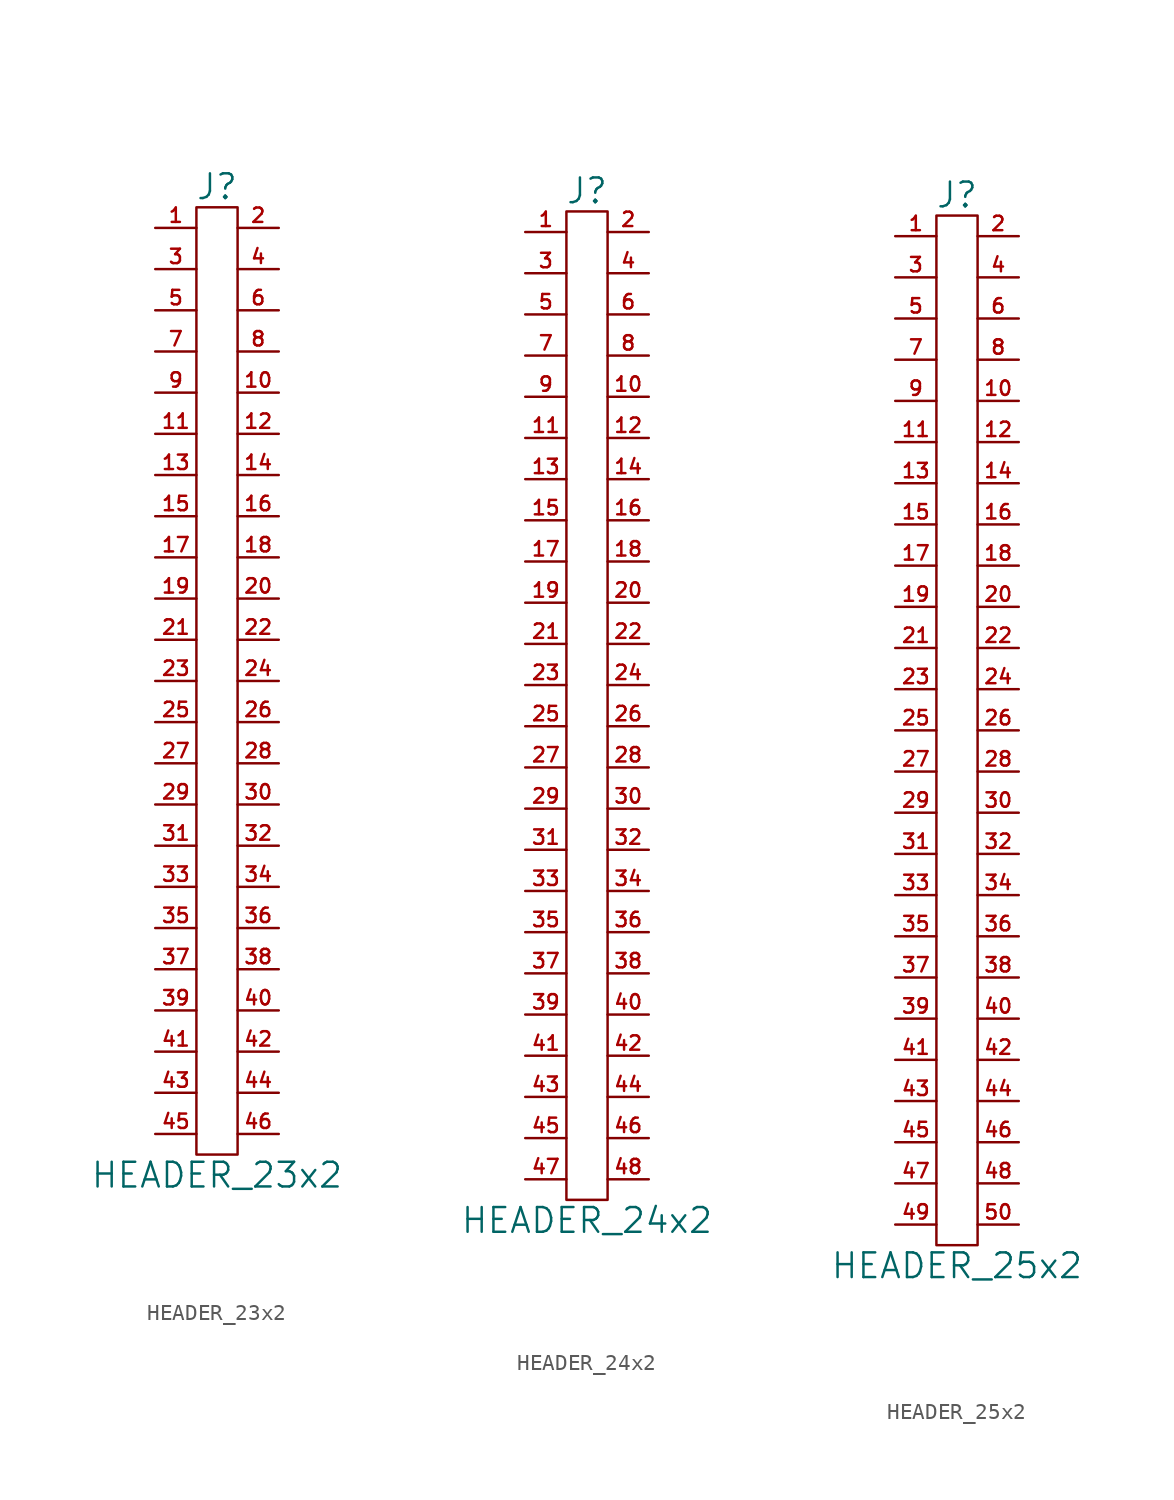
<source format=kicad_sym>
(kicad_symbol_lib
  (version 20201005)
  (generator kicad_symbol_editor)
  (symbol "HEADER_23x2"
    (pin_names
      (offset 0))
    (property "Reference" "J"
      (at 0 30.48 0)
      (effects (font (size 1.524 1.524))))
    (property "Value" "HEADER_23x2"
      (at 0 -30.48 0)
      (effects (font (size 1.524 1.524))))
    (property "Footprint" ""
      (at 0 -2.54 0)
      (effects (font (size 1.524 1.524))))
    (property "Datasheet" ""
      (at 0 -2.54 0)
      (effects (font (size 1.524 1.524))))
    (symbol "HEADER_23x2_0_1"
      (rectangle (start 1.27 -29.21) (end -1.27 29.21) (stroke (width 0)) (fill (type none))))
    (symbol "HEADER_23x2_1_1"
      (pin passive line (at -3.81 27.94 0) (length 2.54) (name "~" (effects (font (size 0.889 0.889)))) (number "1" (effects (font (size 0.889 0.889)))))
      (pin passive line (at 3.81 17.78 180) (length 2.54) (name "~" (effects (font (size 1.27 1.27)))) (number "10" (effects (font (size 0.889 0.889)))))
      (pin passive line (at -3.81 15.24 0) (length 2.54) (name "~" (effects (font (size 1.27 1.27)))) (number "11" (effects (font (size 0.889 0.889)))))
      (pin passive line (at 3.81 15.24 180) (length 2.54) (name "~" (effects (font (size 1.27 1.27)))) (number "12" (effects (font (size 0.889 0.889)))))
      (pin passive line (at -3.81 12.7 0) (length 2.54) (name "~" (effects (font (size 1.27 1.27)))) (number "13" (effects (font (size 0.889 0.889)))))
      (pin passive line (at 3.81 12.7 180) (length 2.54) (name "~" (effects (font (size 1.27 1.27)))) (number "14" (effects (font (size 0.889 0.889)))))
      (pin passive line (at -3.81 10.16 0) (length 2.54) (name "~" (effects (font (size 1.27 1.27)))) (number "15" (effects (font (size 0.889 0.889)))))
      (pin passive line (at 3.81 10.16 180) (length 2.54) (name "~" (effects (font (size 1.27 1.27)))) (number "16" (effects (font (size 0.889 0.889)))))
      (pin passive line (at -3.81 7.62 0) (length 2.54) (name "~" (effects (font (size 1.27 1.27)))) (number "17" (effects (font (size 0.889 0.889)))))
      (pin passive line (at 3.81 7.62 180) (length 2.54) (name "~" (effects (font (size 1.27 1.27)))) (number "18" (effects (font (size 0.889 0.889)))))
      (pin passive line (at -3.81 5.08 0) (length 2.54) (name "~" (effects (font (size 1.27 1.27)))) (number "19" (effects (font (size 0.889 0.889)))))
      (pin passive line (at 3.81 27.94 180) (length 2.54) (name "~" (effects (font (size 1.27 1.27)))) (number "2" (effects (font (size 0.889 0.889)))))
      (pin passive line (at 3.81 5.08 180) (length 2.54) (name "~" (effects (font (size 1.27 1.27)))) (number "20" (effects (font (size 0.889 0.889)))))
      (pin passive line (at -3.81 2.54 0) (length 2.54) (name "~" (effects (font (size 1.27 1.27)))) (number "21" (effects (font (size 0.889 0.889)))))
      (pin passive line (at 3.81 2.54 180) (length 2.54) (name "~" (effects (font (size 1.27 1.27)))) (number "22" (effects (font (size 0.889 0.889)))))
      (pin passive line (at -3.81 0 0) (length 2.54) (name "~" (effects (font (size 1.27 1.27)))) (number "23" (effects (font (size 0.889 0.889)))))
      (pin passive line (at 3.81 0 180) (length 2.54) (name "~" (effects (font (size 1.27 1.27)))) (number "24" (effects (font (size 0.889 0.889)))))
      (pin passive line (at -3.81 -2.54 0) (length 2.54) (name "~" (effects (font (size 1.27 1.27)))) (number "25" (effects (font (size 0.889 0.889)))))
      (pin passive line (at 3.81 -2.54 180) (length 2.54) (name "~" (effects (font (size 1.27 1.27)))) (number "26" (effects (font (size 0.889 0.889)))))
      (pin passive line (at -3.81 -5.08 0) (length 2.54) (name "~" (effects (font (size 1.27 1.27)))) (number "27" (effects (font (size 0.889 0.889)))))
      (pin passive line (at 3.81 -5.08 180) (length 2.54) (name "~" (effects (font (size 1.27 1.27)))) (number "28" (effects (font (size 0.889 0.889)))))
      (pin passive line (at -3.81 -7.62 0) (length 2.54) (name "~" (effects (font (size 1.27 1.27)))) (number "29" (effects (font (size 0.889 0.889)))))
      (pin passive line (at -3.81 25.4 0) (length 2.54) (name "~" (effects (font (size 1.27 1.27)))) (number "3" (effects (font (size 0.889 0.889)))))
      (pin passive line (at 3.81 -7.62 180) (length 2.54) (name "~" (effects (font (size 1.27 1.27)))) (number "30" (effects (font (size 0.889 0.889)))))
      (pin passive line (at -3.81 -10.16 0) (length 2.54) (name "~" (effects (font (size 1.27 1.27)))) (number "31" (effects (font (size 0.889 0.889)))))
      (pin passive line (at 3.81 -10.16 180) (length 2.54) (name "~" (effects (font (size 1.27 1.27)))) (number "32" (effects (font (size 0.889 0.889)))))
      (pin passive line (at -3.81 -12.7 0) (length 2.54) (name "~" (effects (font (size 1.27 1.27)))) (number "33" (effects (font (size 0.889 0.889)))))
      (pin passive line (at 3.81 -12.7 180) (length 2.54) (name "~" (effects (font (size 1.27 1.27)))) (number "34" (effects (font (size 0.889 0.889)))))
      (pin passive line (at -3.81 -15.24 0) (length 2.54) (name "~" (effects (font (size 1.27 1.27)))) (number "35" (effects (font (size 0.889 0.889)))))
      (pin passive line (at 3.81 -15.24 180) (length 2.54) (name "~" (effects (font (size 1.27 1.27)))) (number "36" (effects (font (size 0.889 0.889)))))
      (pin passive line (at -3.81 -17.78 0) (length 2.54) (name "~" (effects (font (size 1.27 1.27)))) (number "37" (effects (font (size 0.889 0.889)))))
      (pin passive line (at 3.81 -17.78 180) (length 2.54) (name "~" (effects (font (size 1.27 1.27)))) (number "38" (effects (font (size 0.889 0.889)))))
      (pin passive line (at -3.81 -20.32 0) (length 2.54) (name "~" (effects (font (size 1.27 1.27)))) (number "39" (effects (font (size 0.889 0.889)))))
      (pin passive line (at 3.81 25.4 180) (length 2.54) (name "~" (effects (font (size 1.27 1.27)))) (number "4" (effects (font (size 0.889 0.889)))))
      (pin passive line (at 3.81 -20.32 180) (length 2.54) (name "~" (effects (font (size 1.27 1.27)))) (number "40" (effects (font (size 0.889 0.889)))))
      (pin passive line (at -3.81 -22.86 0) (length 2.54) (name "~" (effects (font (size 1.27 1.27)))) (number "41" (effects (font (size 0.889 0.889)))))
      (pin passive line (at 3.81 -22.86 180) (length 2.54) (name "~" (effects (font (size 1.27 1.27)))) (number "42" (effects (font (size 0.889 0.889)))))
      (pin passive line (at -3.81 -25.4 0) (length 2.54) (name "~" (effects (font (size 1.27 1.27)))) (number "43" (effects (font (size 0.889 0.889)))))
      (pin passive line (at 3.81 -25.4 180) (length 2.54) (name "~" (effects (font (size 1.27 1.27)))) (number "44" (effects (font (size 0.889 0.889)))))
      (pin passive line (at -3.81 -27.94 0) (length 2.54) (name "~" (effects (font (size 1.27 1.27)))) (number "45" (effects (font (size 0.889 0.889)))))
      (pin passive line (at 3.81 -27.94 180) (length 2.54) (name "~" (effects (font (size 1.27 1.27)))) (number "46" (effects (font (size 0.889 0.889)))))
      (pin passive line (at -3.81 22.86 0) (length 2.54) (name "~" (effects (font (size 1.27 1.27)))) (number "5" (effects (font (size 0.889 0.889)))))
      (pin passive line (at 3.81 22.86 180) (length 2.54) (name "~" (effects (font (size 1.27 1.27)))) (number "6" (effects (font (size 0.889 0.889)))))
      (pin passive line (at -3.81 20.32 0) (length 2.54) (name "~" (effects (font (size 1.27 1.27)))) (number "7" (effects (font (size 0.889 0.889)))))
      (pin passive line (at 3.81 20.32 180) (length 2.54) (name "~" (effects (font (size 1.27 1.27)))) (number "8" (effects (font (size 0.889 0.889)))))
      (pin passive line (at -3.81 17.78 0) (length 2.54) (name "~" (effects (font (size 1.27 1.27)))) (number "9" (effects (font (size 0.889 0.889)))))))
  (symbol "HEADER_24x2"
    (pin_names
      (offset 0))
    (property "Reference" "J"
      (at 0 31.75 0)
      (effects (font (size 1.524 1.524))))
    (property "Value" "HEADER_24x2"
      (at 0 -31.75 0)
      (effects (font (size 1.524 1.524))))
    (property "Footprint" ""
      (at 0 -1.27 0)
      (effects (font (size 1.524 1.524))))
    (property "Datasheet" ""
      (at 0 -1.27 0)
      (effects (font (size 1.524 1.524))))
    (symbol "HEADER_24x2_0_1"
      (rectangle (start 1.27 -30.48) (end -1.27 30.48) (stroke (width 0)) (fill (type none))))
    (symbol "HEADER_24x2_1_1"
      (pin passive line (at -3.81 29.21 0) (length 2.54) (name "~" (effects (font (size 0.889 0.889)))) (number "1" (effects (font (size 0.889 0.889)))))
      (pin passive line (at 3.81 19.05 180) (length 2.54) (name "~" (effects (font (size 1.27 1.27)))) (number "10" (effects (font (size 0.889 0.889)))))
      (pin passive line (at -3.81 16.51 0) (length 2.54) (name "~" (effects (font (size 1.27 1.27)))) (number "11" (effects (font (size 0.889 0.889)))))
      (pin passive line (at 3.81 16.51 180) (length 2.54) (name "~" (effects (font (size 1.27 1.27)))) (number "12" (effects (font (size 0.889 0.889)))))
      (pin passive line (at -3.81 13.97 0) (length 2.54) (name "~" (effects (font (size 1.27 1.27)))) (number "13" (effects (font (size 0.889 0.889)))))
      (pin passive line (at 3.81 13.97 180) (length 2.54) (name "~" (effects (font (size 1.27 1.27)))) (number "14" (effects (font (size 0.889 0.889)))))
      (pin passive line (at -3.81 11.43 0) (length 2.54) (name "~" (effects (font (size 1.27 1.27)))) (number "15" (effects (font (size 0.889 0.889)))))
      (pin passive line (at 3.81 11.43 180) (length 2.54) (name "~" (effects (font (size 1.27 1.27)))) (number "16" (effects (font (size 0.889 0.889)))))
      (pin passive line (at -3.81 8.89 0) (length 2.54) (name "~" (effects (font (size 1.27 1.27)))) (number "17" (effects (font (size 0.889 0.889)))))
      (pin passive line (at 3.81 8.89 180) (length 2.54) (name "~" (effects (font (size 1.27 1.27)))) (number "18" (effects (font (size 0.889 0.889)))))
      (pin passive line (at -3.81 6.35 0) (length 2.54) (name "~" (effects (font (size 1.27 1.27)))) (number "19" (effects (font (size 0.889 0.889)))))
      (pin passive line (at 3.81 29.21 180) (length 2.54) (name "~" (effects (font (size 1.27 1.27)))) (number "2" (effects (font (size 0.889 0.889)))))
      (pin passive line (at 3.81 6.35 180) (length 2.54) (name "~" (effects (font (size 1.27 1.27)))) (number "20" (effects (font (size 0.889 0.889)))))
      (pin passive line (at -3.81 3.81 0) (length 2.54) (name "~" (effects (font (size 1.27 1.27)))) (number "21" (effects (font (size 0.889 0.889)))))
      (pin passive line (at 3.81 3.81 180) (length 2.54) (name "~" (effects (font (size 1.27 1.27)))) (number "22" (effects (font (size 0.889 0.889)))))
      (pin passive line (at -3.81 1.27 0) (length 2.54) (name "~" (effects (font (size 1.27 1.27)))) (number "23" (effects (font (size 0.889 0.889)))))
      (pin passive line (at 3.81 1.27 180) (length 2.54) (name "~" (effects (font (size 1.27 1.27)))) (number "24" (effects (font (size 0.889 0.889)))))
      (pin passive line (at -3.81 -1.27 0) (length 2.54) (name "~" (effects (font (size 1.27 1.27)))) (number "25" (effects (font (size 0.889 0.889)))))
      (pin passive line (at 3.81 -1.27 180) (length 2.54) (name "~" (effects (font (size 1.27 1.27)))) (number "26" (effects (font (size 0.889 0.889)))))
      (pin passive line (at -3.81 -3.81 0) (length 2.54) (name "~" (effects (font (size 1.27 1.27)))) (number "27" (effects (font (size 0.889 0.889)))))
      (pin passive line (at 3.81 -3.81 180) (length 2.54) (name "~" (effects (font (size 1.27 1.27)))) (number "28" (effects (font (size 0.889 0.889)))))
      (pin passive line (at -3.81 -6.35 0) (length 2.54) (name "~" (effects (font (size 1.27 1.27)))) (number "29" (effects (font (size 0.889 0.889)))))
      (pin passive line (at -3.81 26.67 0) (length 2.54) (name "~" (effects (font (size 1.27 1.27)))) (number "3" (effects (font (size 0.889 0.889)))))
      (pin passive line (at 3.81 -6.35 180) (length 2.54) (name "~" (effects (font (size 1.27 1.27)))) (number "30" (effects (font (size 0.889 0.889)))))
      (pin passive line (at -3.81 -8.89 0) (length 2.54) (name "~" (effects (font (size 1.27 1.27)))) (number "31" (effects (font (size 0.889 0.889)))))
      (pin passive line (at 3.81 -8.89 180) (length 2.54) (name "~" (effects (font (size 1.27 1.27)))) (number "32" (effects (font (size 0.889 0.889)))))
      (pin passive line (at -3.81 -11.43 0) (length 2.54) (name "~" (effects (font (size 1.27 1.27)))) (number "33" (effects (font (size 0.889 0.889)))))
      (pin passive line (at 3.81 -11.43 180) (length 2.54) (name "~" (effects (font (size 1.27 1.27)))) (number "34" (effects (font (size 0.889 0.889)))))
      (pin passive line (at -3.81 -13.97 0) (length 2.54) (name "~" (effects (font (size 1.27 1.27)))) (number "35" (effects (font (size 0.889 0.889)))))
      (pin passive line (at 3.81 -13.97 180) (length 2.54) (name "~" (effects (font (size 1.27 1.27)))) (number "36" (effects (font (size 0.889 0.889)))))
      (pin passive line (at -3.81 -16.51 0) (length 2.54) (name "~" (effects (font (size 1.27 1.27)))) (number "37" (effects (font (size 0.889 0.889)))))
      (pin passive line (at 3.81 -16.51 180) (length 2.54) (name "~" (effects (font (size 1.27 1.27)))) (number "38" (effects (font (size 0.889 0.889)))))
      (pin passive line (at -3.81 -19.05 0) (length 2.54) (name "~" (effects (font (size 1.27 1.27)))) (number "39" (effects (font (size 0.889 0.889)))))
      (pin passive line (at 3.81 26.67 180) (length 2.54) (name "~" (effects (font (size 1.27 1.27)))) (number "4" (effects (font (size 0.889 0.889)))))
      (pin passive line (at 3.81 -19.05 180) (length 2.54) (name "~" (effects (font (size 1.27 1.27)))) (number "40" (effects (font (size 0.889 0.889)))))
      (pin passive line (at -3.81 -21.59 0) (length 2.54) (name "~" (effects (font (size 1.27 1.27)))) (number "41" (effects (font (size 0.889 0.889)))))
      (pin passive line (at 3.81 -21.59 180) (length 2.54) (name "~" (effects (font (size 1.27 1.27)))) (number "42" (effects (font (size 0.889 0.889)))))
      (pin passive line (at -3.81 -24.13 0) (length 2.54) (name "~" (effects (font (size 1.27 1.27)))) (number "43" (effects (font (size 0.889 0.889)))))
      (pin passive line (at 3.81 -24.13 180) (length 2.54) (name "~" (effects (font (size 1.27 1.27)))) (number "44" (effects (font (size 0.889 0.889)))))
      (pin passive line (at -3.81 -26.67 0) (length 2.54) (name "~" (effects (font (size 1.27 1.27)))) (number "45" (effects (font (size 0.889 0.889)))))
      (pin passive line (at 3.81 -26.67 180) (length 2.54) (name "~" (effects (font (size 1.27 1.27)))) (number "46" (effects (font (size 0.889 0.889)))))
      (pin passive line (at -3.81 -29.21 0) (length 2.54) (name "~" (effects (font (size 1.27 1.27)))) (number "47" (effects (font (size 0.889 0.889)))))
      (pin passive line (at 3.81 -29.21 180) (length 2.54) (name "~" (effects (font (size 1.27 1.27)))) (number "48" (effects (font (size 0.889 0.889)))))
      (pin passive line (at -3.81 24.13 0) (length 2.54) (name "~" (effects (font (size 1.27 1.27)))) (number "5" (effects (font (size 0.889 0.889)))))
      (pin passive line (at 3.81 24.13 180) (length 2.54) (name "~" (effects (font (size 1.27 1.27)))) (number "6" (effects (font (size 0.889 0.889)))))
      (pin passive line (at -3.81 21.59 0) (length 2.54) (name "~" (effects (font (size 1.27 1.27)))) (number "7" (effects (font (size 0.889 0.889)))))
      (pin passive line (at 3.81 21.59 180) (length 2.54) (name "~" (effects (font (size 1.27 1.27)))) (number "8" (effects (font (size 0.889 0.889)))))
      (pin passive line (at -3.81 19.05 0) (length 2.54) (name "~" (effects (font (size 1.27 1.27)))) (number "9" (effects (font (size 0.889 0.889)))))))
  (symbol "HEADER_25x2"
    (pin_names
      (offset 0))
    (property "Reference" "J"
      (at 0 33.02 0)
      (effects (font (size 1.524 1.524))))
    (property "Value" "HEADER_25x2"
      (at 0 -33.02 0)
      (effects (font (size 1.524 1.524))))
    (property "Footprint" ""
      (at 0 0 0)
      (effects (font (size 1.524 1.524))))
    (property "Datasheet" ""
      (at 0 0 0)
      (effects (font (size 1.524 1.524))))
    (symbol "HEADER_25x2_0_1"
      (rectangle (start 1.27 31.75) (end -1.27 -31.75) (stroke (width 0)) (fill (type none))))
    (symbol "HEADER_25x2_1_1"
      (pin passive line (at -3.81 30.48 0) (length 2.54) (name "~" (effects (font (size 0.889 0.889)))) (number "1" (effects (font (size 0.889 0.889)))))
      (pin passive line (at 3.81 20.32 180) (length 2.54) (name "~" (effects (font (size 1.27 1.27)))) (number "10" (effects (font (size 0.889 0.889)))))
      (pin passive line (at -3.81 17.78 0) (length 2.54) (name "~" (effects (font (size 1.27 1.27)))) (number "11" (effects (font (size 0.889 0.889)))))
      (pin passive line (at 3.81 17.78 180) (length 2.54) (name "~" (effects (font (size 1.27 1.27)))) (number "12" (effects (font (size 0.889 0.889)))))
      (pin passive line (at -3.81 15.24 0) (length 2.54) (name "~" (effects (font (size 1.27 1.27)))) (number "13" (effects (font (size 0.889 0.889)))))
      (pin passive line (at 3.81 15.24 180) (length 2.54) (name "~" (effects (font (size 1.27 1.27)))) (number "14" (effects (font (size 0.889 0.889)))))
      (pin passive line (at -3.81 12.7 0) (length 2.54) (name "~" (effects (font (size 1.27 1.27)))) (number "15" (effects (font (size 0.889 0.889)))))
      (pin passive line (at 3.81 12.7 180) (length 2.54) (name "~" (effects (font (size 1.27 1.27)))) (number "16" (effects (font (size 0.889 0.889)))))
      (pin passive line (at -3.81 10.16 0) (length 2.54) (name "~" (effects (font (size 1.27 1.27)))) (number "17" (effects (font (size 0.889 0.889)))))
      (pin passive line (at 3.81 10.16 180) (length 2.54) (name "~" (effects (font (size 1.27 1.27)))) (number "18" (effects (font (size 0.889 0.889)))))
      (pin passive line (at -3.81 7.62 0) (length 2.54) (name "~" (effects (font (size 1.27 1.27)))) (number "19" (effects (font (size 0.889 0.889)))))
      (pin passive line (at 3.81 30.48 180) (length 2.54) (name "~" (effects (font (size 1.27 1.27)))) (number "2" (effects (font (size 0.889 0.889)))))
      (pin passive line (at 3.81 7.62 180) (length 2.54) (name "~" (effects (font (size 1.27 1.27)))) (number "20" (effects (font (size 0.889 0.889)))))
      (pin passive line (at -3.81 5.08 0) (length 2.54) (name "~" (effects (font (size 1.27 1.27)))) (number "21" (effects (font (size 0.889 0.889)))))
      (pin passive line (at 3.81 5.08 180) (length 2.54) (name "~" (effects (font (size 1.27 1.27)))) (number "22" (effects (font (size 0.889 0.889)))))
      (pin passive line (at -3.81 2.54 0) (length 2.54) (name "~" (effects (font (size 1.27 1.27)))) (number "23" (effects (font (size 0.889 0.889)))))
      (pin passive line (at 3.81 2.54 180) (length 2.54) (name "~" (effects (font (size 1.27 1.27)))) (number "24" (effects (font (size 0.889 0.889)))))
      (pin passive line (at -3.81 0 0) (length 2.54) (name "~" (effects (font (size 1.27 1.27)))) (number "25" (effects (font (size 0.889 0.889)))))
      (pin passive line (at 3.81 0 180) (length 2.54) (name "~" (effects (font (size 1.27 1.27)))) (number "26" (effects (font (size 0.889 0.889)))))
      (pin passive line (at -3.81 -2.54 0) (length 2.54) (name "~" (effects (font (size 1.27 1.27)))) (number "27" (effects (font (size 0.889 0.889)))))
      (pin passive line (at 3.81 -2.54 180) (length 2.54) (name "~" (effects (font (size 1.27 1.27)))) (number "28" (effects (font (size 0.889 0.889)))))
      (pin passive line (at -3.81 -5.08 0) (length 2.54) (name "~" (effects (font (size 1.27 1.27)))) (number "29" (effects (font (size 0.889 0.889)))))
      (pin passive line (at -3.81 27.94 0) (length 2.54) (name "~" (effects (font (size 1.27 1.27)))) (number "3" (effects (font (size 0.889 0.889)))))
      (pin passive line (at 3.81 -5.08 180) (length 2.54) (name "~" (effects (font (size 1.27 1.27)))) (number "30" (effects (font (size 0.889 0.889)))))
      (pin passive line (at -3.81 -7.62 0) (length 2.54) (name "~" (effects (font (size 1.27 1.27)))) (number "31" (effects (font (size 0.889 0.889)))))
      (pin passive line (at 3.81 -7.62 180) (length 2.54) (name "~" (effects (font (size 1.27 1.27)))) (number "32" (effects (font (size 0.889 0.889)))))
      (pin passive line (at -3.81 -10.16 0) (length 2.54) (name "~" (effects (font (size 1.27 1.27)))) (number "33" (effects (font (size 0.889 0.889)))))
      (pin passive line (at 3.81 -10.16 180) (length 2.54) (name "~" (effects (font (size 1.27 1.27)))) (number "34" (effects (font (size 0.889 0.889)))))
      (pin passive line (at -3.81 -12.7 0) (length 2.54) (name "~" (effects (font (size 1.27 1.27)))) (number "35" (effects (font (size 0.889 0.889)))))
      (pin passive line (at 3.81 -12.7 180) (length 2.54) (name "~" (effects (font (size 1.27 1.27)))) (number "36" (effects (font (size 0.889 0.889)))))
      (pin passive line (at -3.81 -15.24 0) (length 2.54) (name "~" (effects (font (size 1.27 1.27)))) (number "37" (effects (font (size 0.889 0.889)))))
      (pin passive line (at 3.81 -15.24 180) (length 2.54) (name "~" (effects (font (size 1.27 1.27)))) (number "38" (effects (font (size 0.889 0.889)))))
      (pin passive line (at -3.81 -17.78 0) (length 2.54) (name "~" (effects (font (size 1.27 1.27)))) (number "39" (effects (font (size 0.889 0.889)))))
      (pin passive line (at 3.81 27.94 180) (length 2.54) (name "~" (effects (font (size 1.27 1.27)))) (number "4" (effects (font (size 0.889 0.889)))))
      (pin passive line (at 3.81 -17.78 180) (length 2.54) (name "~" (effects (font (size 1.27 1.27)))) (number "40" (effects (font (size 0.889 0.889)))))
      (pin passive line (at -3.81 -20.32 0) (length 2.54) (name "~" (effects (font (size 1.27 1.27)))) (number "41" (effects (font (size 0.889 0.889)))))
      (pin passive line (at 3.81 -20.32 180) (length 2.54) (name "~" (effects (font (size 1.27 1.27)))) (number "42" (effects (font (size 0.889 0.889)))))
      (pin passive line (at -3.81 -22.86 0) (length 2.54) (name "~" (effects (font (size 1.27 1.27)))) (number "43" (effects (font (size 0.889 0.889)))))
      (pin passive line (at 3.81 -22.86 180) (length 2.54) (name "~" (effects (font (size 1.27 1.27)))) (number "44" (effects (font (size 0.889 0.889)))))
      (pin passive line (at -3.81 -25.4 0) (length 2.54) (name "~" (effects (font (size 1.27 1.27)))) (number "45" (effects (font (size 0.889 0.889)))))
      (pin passive line (at 3.81 -25.4 180) (length 2.54) (name "~" (effects (font (size 1.27 1.27)))) (number "46" (effects (font (size 0.889 0.889)))))
      (pin passive line (at -3.81 -27.94 0) (length 2.54) (name "~" (effects (font (size 1.27 1.27)))) (number "47" (effects (font (size 0.889 0.889)))))
      (pin passive line (at 3.81 -27.94 180) (length 2.54) (name "~" (effects (font (size 1.27 1.27)))) (number "48" (effects (font (size 0.889 0.889)))))
      (pin passive line (at -3.81 -30.48 0) (length 2.54) (name "~" (effects (font (size 1.27 1.27)))) (number "49" (effects (font (size 0.889 0.889)))))
      (pin passive line (at -3.81 25.4 0) (length 2.54) (name "~" (effects (font (size 1.27 1.27)))) (number "5" (effects (font (size 0.889 0.889)))))
      (pin passive line (at 3.81 -30.48 180) (length 2.54) (name "~" (effects (font (size 1.27 1.27)))) (number "50" (effects (font (size 0.889 0.889)))))
      (pin passive line (at 3.81 25.4 180) (length 2.54) (name "~" (effects (font (size 1.27 1.27)))) (number "6" (effects (font (size 0.889 0.889)))))
      (pin passive line (at -3.81 22.86 0) (length 2.54) (name "~" (effects (font (size 1.27 1.27)))) (number "7" (effects (font (size 0.889 0.889)))))
      (pin passive line (at 3.81 22.86 180) (length 2.54) (name "~" (effects (font (size 1.27 1.27)))) (number "8" (effects (font (size 0.889 0.889)))))
      (pin passive line (at -3.81 20.32 0) (length 2.54) (name "~" (effects (font (size 1.27 1.27)))) (number "9" (effects (font (size 0.889 0.889))))))))
</source>
